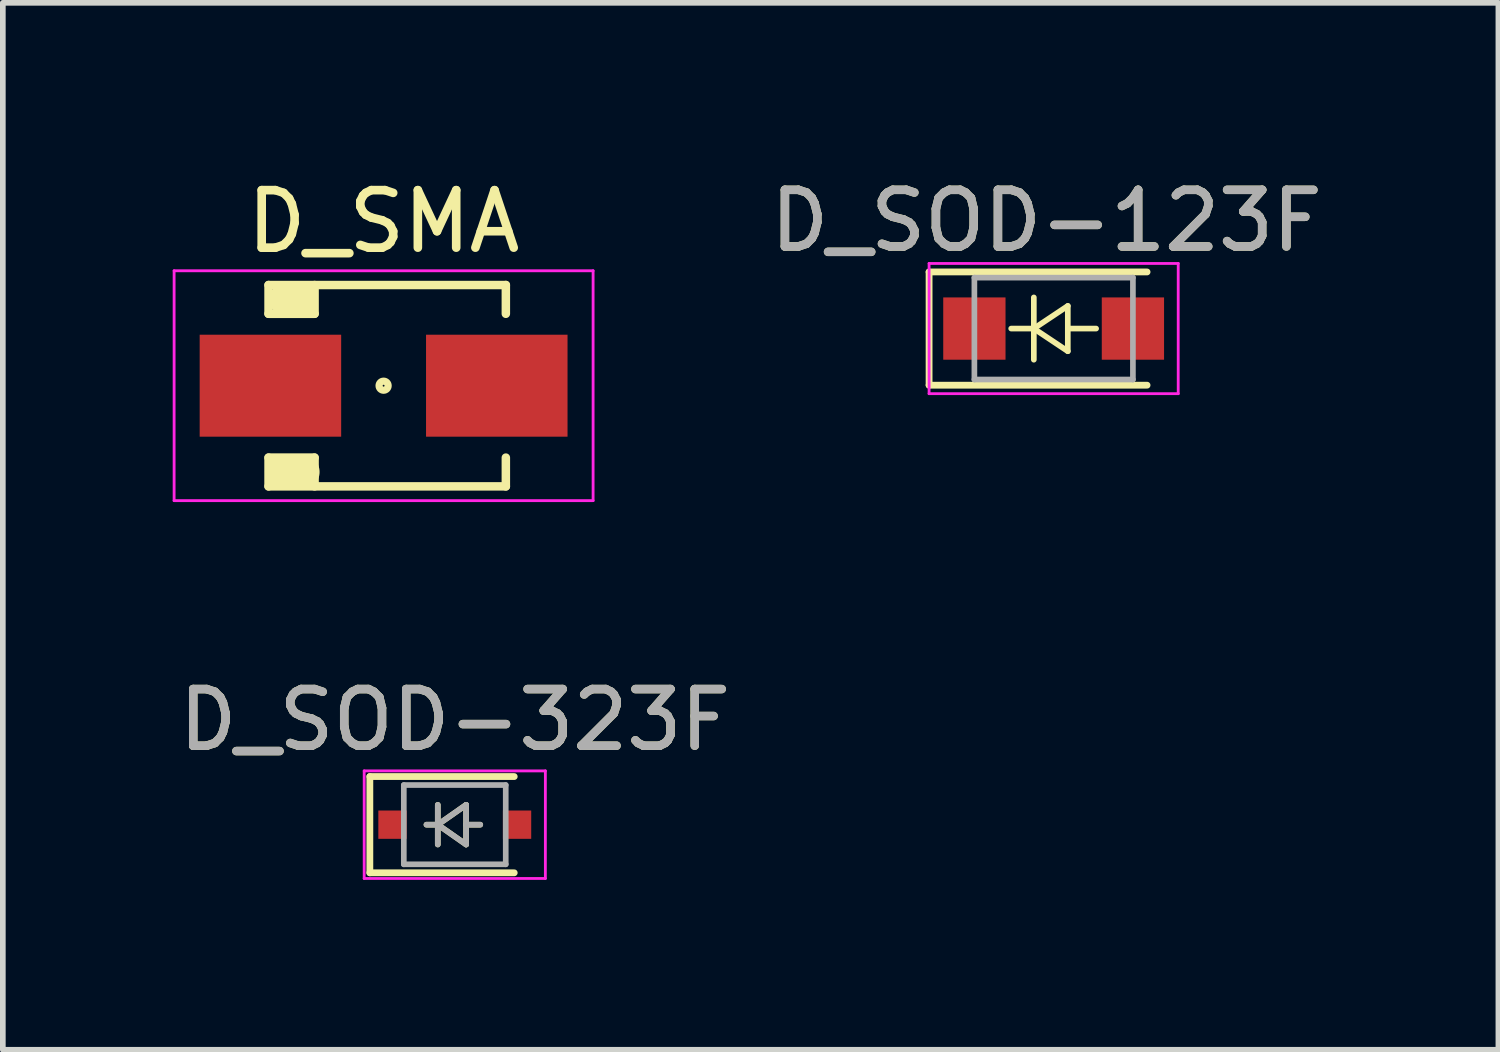
<source format=kicad_pcb>
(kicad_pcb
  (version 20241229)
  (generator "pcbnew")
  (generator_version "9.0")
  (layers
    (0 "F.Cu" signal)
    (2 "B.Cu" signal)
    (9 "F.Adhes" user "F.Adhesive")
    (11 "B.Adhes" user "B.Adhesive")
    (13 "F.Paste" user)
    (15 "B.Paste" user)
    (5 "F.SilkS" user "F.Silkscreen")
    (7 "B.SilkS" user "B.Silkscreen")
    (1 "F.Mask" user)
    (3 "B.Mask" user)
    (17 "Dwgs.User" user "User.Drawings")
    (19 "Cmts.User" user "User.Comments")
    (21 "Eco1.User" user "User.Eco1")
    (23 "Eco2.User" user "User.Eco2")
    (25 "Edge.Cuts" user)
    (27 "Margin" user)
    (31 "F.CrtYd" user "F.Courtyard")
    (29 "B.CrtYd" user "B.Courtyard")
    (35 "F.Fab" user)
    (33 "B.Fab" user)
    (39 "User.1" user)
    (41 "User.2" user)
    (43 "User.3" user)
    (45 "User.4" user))
  (footprint "D_SOD-123F"
    (layer "F.Cu")
    (at 15.559 2.753)
    (property "Reference" "D_SOD-123F" (at -0.127 -1.905 0) (layer "F.SilkS") (effects (font (size 1 1) (thickness 0.15))))
    (attr smd)
    (fp_line (start -2.2 -1) (end -2.2 1) (stroke (width 0.12) (type solid)) (layer "F.SilkS"))
    (fp_line (start -2.2 -1) (end 1.65 -1) (stroke (width 0.12) (type solid)) (layer "F.SilkS"))
    (fp_line (start -2.2 1) (end 1.65 1) (stroke (width 0.12) (type solid)) (layer "F.SilkS"))
    (fp_line (start -0.75 0) (end -0.35 0) (stroke (width 0.1) (type solid)) (layer "F.SilkS"))
    (fp_line (start -0.35 0) (end -0.35 -0.55) (stroke (width 0.1) (type solid)) (layer "F.SilkS"))
    (fp_line (start -0.35 0) (end -0.35 0.55) (stroke (width 0.1) (type solid)) (layer "F.SilkS"))
    (fp_line (start -0.35 0) (end 0.25 -0.4) (stroke (width 0.1) (type solid)) (layer "F.SilkS"))
    (fp_line (start 0.25 -0.4) (end 0.25 0.4) (stroke (width 0.1) (type solid)) (layer "F.SilkS"))
    (fp_line (start 0.25 0) (end 0.75 0) (stroke (width 0.1) (type solid)) (layer "F.SilkS"))
    (fp_line (start 0.25 0.4) (end -0.35 0) (stroke (width 0.1) (type solid)) (layer "F.SilkS"))
    (fp_line (start -2.2 -1.15) (end -2.2 1.15) (stroke (width 0.05) (type solid)) (layer "F.CrtYd"))
    (fp_line (start -2.2 -1.15) (end 2.2 -1.15) (stroke (width 0.05) (type solid)) (layer "F.CrtYd"))
    (fp_line (start 2.2 -1.15) (end 2.2 1.15) (stroke (width 0.05) (type solid)) (layer "F.CrtYd"))
    (fp_line (start 2.2 1.15) (end -2.2 1.15) (stroke (width 0.05) (type solid)) (layer "F.CrtYd"))
    (fp_line (start -1.4 -0.9) (end 1.4 -0.9) (stroke (width 0.1) (type solid)) (layer "F.Fab"))
    (fp_line (start -1.4 0.9) (end -1.4 -0.9) (stroke (width 0.1) (type solid)) (layer "F.Fab"))
    (fp_line (start 1.4 -0.9) (end 1.4 0.9) (stroke (width 0.1) (type solid)) (layer "F.Fab"))
    (fp_line (start 1.4 0.9) (end -1.4 0.9) (stroke (width 0.1) (type solid)) (layer "F.Fab"))
    (fp_text user "${REFERENCE}" (at -0.127 -1.905 0) (layer "F.Fab") (effects (font (size 1 1) (thickness 0.15))))
    (pad "1" smd rect (at -1.4 0) (size 1.1 1.1) (layers "F.Cu" "F.Mask" "F.Paste"))
    (pad "2" smd rect (at 1.4 0) (size 1.1 1.1) (layers "F.Cu" "F.Mask" "F.Paste")))
  (footprint "D_SOD-323F"
    (layer "F.Cu")
    (at 4.982 11.515)
    (property "Reference" "D_SOD-323F" (at 0 -1.85 0) (layer "F.SilkS") (effects (font (size 1 1) (thickness 0.15))))
    (attr smd)
    (fp_line (start -1.5 -0.85) (end -1.5 0.85) (stroke (width 0.12) (type solid)) (layer "F.SilkS"))
    (fp_line (start -1.5 -0.85) (end 1.05 -0.85) (stroke (width 0.12) (type solid)) (layer "F.SilkS"))
    (fp_line (start -1.5 0.85) (end 1.05 0.85) (stroke (width 0.12) (type solid)) (layer "F.SilkS"))
    (fp_line (start -0.3 -0.35) (end -0.3 0.35) (stroke (width 0.1) (type solid)) (layer "F.SilkS"))
    (fp_line (start -0.3 0) (end -0.5 0) (stroke (width 0.1) (type solid)) (layer "F.SilkS"))
    (fp_line (start -0.3 0) (end 0.2 -0.35) (stroke (width 0.1) (type solid)) (layer "F.SilkS"))
    (fp_line (start 0.2 -0.35) (end 0.2 0.35) (stroke (width 0.1) (type solid)) (layer "F.SilkS"))
    (fp_line (start 0.2 0) (end 0.45 0) (stroke (width 0.1) (type solid)) (layer "F.SilkS"))
    (fp_line (start 0.2 0.35) (end -0.3 0) (stroke (width 0.1) (type solid)) (layer "F.SilkS"))
    (fp_line (start -1.6 -0.95) (end -1.6 0.95) (stroke (width 0.05) (type solid)) (layer "F.CrtYd"))
    (fp_line (start -1.6 -0.95) (end 1.6 -0.95) (stroke (width 0.05) (type solid)) (layer "F.CrtYd"))
    (fp_line (start -1.6 0.95) (end 1.6 0.95) (stroke (width 0.05) (type solid)) (layer "F.CrtYd"))
    (fp_line (start 1.6 -0.95) (end 1.6 0.95) (stroke (width 0.05) (type solid)) (layer "F.CrtYd"))
    (fp_line (start -0.9 -0.7) (end 0.9 -0.7) (stroke (width 0.1) (type solid)) (layer "F.Fab"))
    (fp_line (start -0.9 0.7) (end -0.9 -0.7) (stroke (width 0.1) (type solid)) (layer "F.Fab"))
    (fp_line (start -0.3 -0.35) (end -0.3 0.35) (stroke (width 0.1) (type solid)) (layer "F.Fab"))
    (fp_line (start -0.3 0) (end -0.5 0) (stroke (width 0.1) (type solid)) (layer "F.Fab"))
    (fp_line (start -0.3 0) (end 0.2 -0.35) (stroke (width 0.1) (type solid)) (layer "F.Fab"))
    (fp_line (start 0.2 -0.35) (end 0.2 0.35) (stroke (width 0.1) (type solid)) (layer "F.Fab"))
    (fp_line (start 0.2 0) (end 0.45 0) (stroke (width 0.1) (type solid)) (layer "F.Fab"))
    (fp_line (start 0.2 0.35) (end -0.3 0) (stroke (width 0.1) (type solid)) (layer "F.Fab"))
    (fp_line (start 0.9 -0.7) (end 0.9 0.7) (stroke (width 0.1) (type solid)) (layer "F.Fab"))
    (fp_line (start 0.9 0.7) (end -0.9 0.7) (stroke (width 0.1) (type solid)) (layer "F.Fab"))
    (fp_text user "${REFERENCE}" (at 0 -1.85 0) (layer "F.Fab") (effects (font (size 1 1) (thickness 0.15))))
    (pad "1" smd rect (at -1.1 0) (size 0.5 0.5) (layers "F.Cu" "F.Mask" "F.Paste"))
    (pad "2" smd rect (at 1.1 0) (size 0.5 0.5) (layers "F.Cu" "F.Mask" "F.Paste")))
  (footprint "D_SMA"
    (layer "F.Cu")
    (at 3.725 3.762)
    (property "Reference" "D_SMA" (at 0 -2.9 0) (layer "F.SilkS") (effects (font (size 1.016 1.016) (thickness 0.152))))
    (attr smd)
    (fp_line (start -2.032 -1.778) (end -2.032 -1.27) (stroke (width 0.15) (type solid)) (layer "F.SilkS"))
    (fp_line (start -2.032 -1.778) (end 2.159 -1.778) (stroke (width 0.15) (type solid)) (layer "F.SilkS"))
    (fp_line (start -2.032 1.778) (end -2.032 1.27) (stroke (width 0.15) (type solid)) (layer "F.SilkS"))
    (fp_line (start -2.032 1.778) (end 2.159 1.778) (stroke (width 0.15) (type solid)) (layer "F.SilkS"))
    (fp_line (start -1.778 -1.524) (end -1.422 -1.524) (stroke (width 0.508) (type solid)) (layer "F.SilkS"))
    (fp_line (start -1.778 1.524) (end -1.448 1.524) (stroke (width 0.635) (type solid)) (layer "F.SilkS"))
    (fp_line (start -1.219 -1.778) (end -1.219 -1.27) (stroke (width 0.15) (type solid)) (layer "F.SilkS"))
    (fp_line (start -1.219 -1.27) (end -2.032 -1.27) (stroke (width 0.15) (type solid)) (layer "F.SilkS"))
    (fp_line (start -1.219 1.27) (end -2.032 1.27) (stroke (width 0.15) (type solid)) (layer "F.SilkS"))
    (fp_line (start -1.219 1.778) (end -1.219 1.27) (stroke (width 0.15) (type solid)) (layer "F.SilkS"))
    (fp_line (start 2.159 -1.778) (end 2.159 -1.27) (stroke (width 0.15) (type solid)) (layer "F.SilkS"))
    (fp_line (start 2.159 1.778) (end 2.159 1.27) (stroke (width 0.15) (type solid)) (layer "F.SilkS"))
    (fp_circle (center 0 0) (end 0.076 -0.025) (stroke (width 0.127) (type solid)) (fill no) (layer "F.SilkS"))
    (fp_line (start -3.7 -2.03) (end 3.7 -2.03) (stroke (width 0.05) (type solid)) (layer "F.CrtYd"))
    (fp_line (start -3.7 2.03) (end -3.7 -2.03) (stroke (width 0.05) (type solid)) (layer "F.CrtYd"))
    (fp_line (start 3.7 -2.03) (end 3.7 2.03) (stroke (width 0.05) (type solid)) (layer "F.CrtYd"))
    (fp_line (start 3.7 2.03) (end -3.7 2.03) (stroke (width 0.05) (type solid)) (layer "F.CrtYd"))
    (pad "1" smd rect (at -1.999 0) (size 2.499 1.801) (layers "F.Cu" "F.Mask" "F.Paste"))
    (pad "2" smd rect (at 1.999 0) (size 2.499 1.801) (layers "F.Cu" "F.Mask" "F.Paste")))
  (gr_rect
    (start -3 -3)
    (end 23.414 15.49)
    (stroke (width 0.1) (type default))
    (fill no)
    (layer "Edge.Cuts")))
</source>
